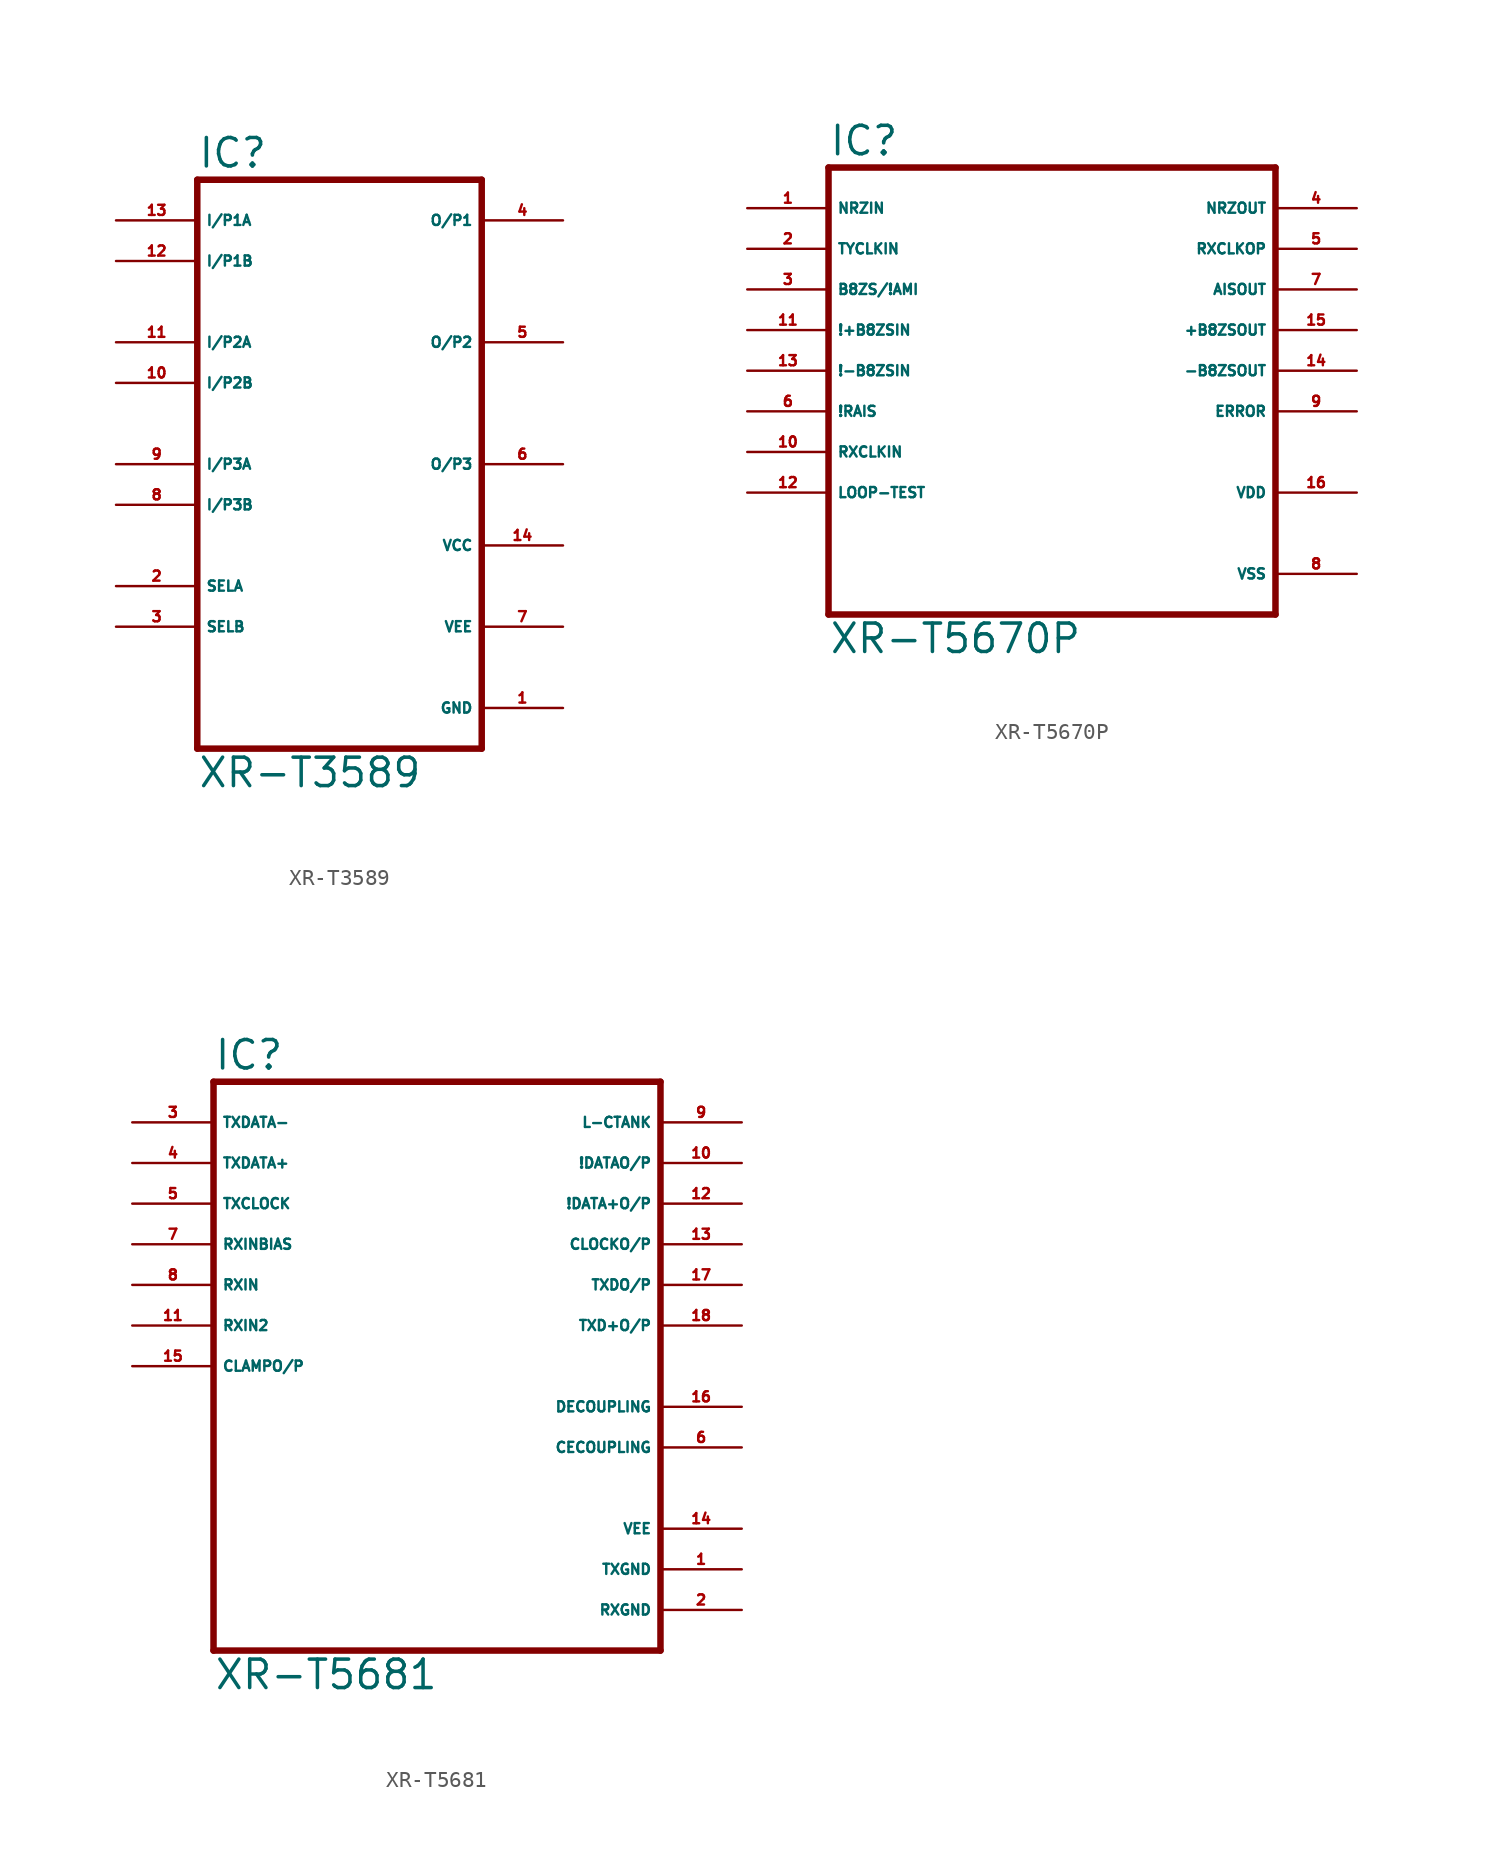
<source format=kicad_sym>
(kicad_symbol_lib
  (version 20220914)
  (generator Eagle2Kicad)
  (symbol "XR-T3589"
    (property "Reference" "IC"
      (at -10.16 18.415 0)
      (effects (font (size 1.778 1.778) (thickness 0.22)) (justify left bottom)))
    (property "Value" "XR-T3589"
      (at -10.16 -20.32 0)
      (effects (font (size 1.778 1.778) (thickness 0.22)) (justify left bottom)))
    (polyline
      (pts (xy 7.62 -17.78) (xy -10.16 -17.78))
      (stroke (width 0.406) (type default))
      (fill (type none)))
    (polyline
      (pts (xy -10.16 -17.78) (xy -10.16 17.78))
      (stroke (width 0.406) (type default))
      (fill (type none)))
    (polyline
      (pts (xy -10.16 17.78) (xy 7.62 17.78))
      (stroke (width 0.406) (type default))
      (fill (type none)))
    (polyline
      (pts (xy 7.62 17.78) (xy 7.62 -17.78))
      (stroke (width 0.406) (type default))
      (fill (type none)))
    (pin input line
      (at -15.24 15.24 0)
      (length 5.08)
      (name "I/P1A" (effects (font (size 0.635 0.635) (thickness 0.08)) (justify left bottom)))
      (number "13" (effects (font (size 0.635 0.635) (thickness 0.08)) (justify left bottom))))
    (pin input line
      (at -15.24 12.7 0)
      (length 5.08)
      (name "I/P1B" (effects (font (size 0.635 0.635) (thickness 0.08)) (justify left bottom)))
      (number "12" (effects (font (size 0.635 0.635) (thickness 0.08)) (justify left bottom))))
    (pin input line
      (at -15.24 7.62 0)
      (length 5.08)
      (name "I/P2A" (effects (font (size 0.635 0.635) (thickness 0.08)) (justify left bottom)))
      (number "11" (effects (font (size 0.635 0.635) (thickness 0.08)) (justify left bottom))))
    (pin input line
      (at -15.24 5.08 0)
      (length 5.08)
      (name "I/P2B" (effects (font (size 0.635 0.635) (thickness 0.08)) (justify left bottom)))
      (number "10" (effects (font (size 0.635 0.635) (thickness 0.08)) (justify left bottom))))
    (pin input line
      (at -15.24 0 0)
      (length 5.08)
      (name "I/P3A" (effects (font (size 0.635 0.635) (thickness 0.08)) (justify left bottom)))
      (number "9" (effects (font (size 0.635 0.635) (thickness 0.08)) (justify left bottom))))
    (pin input line
      (at -15.24 -2.54 0)
      (length 5.08)
      (name "I/P3B" (effects (font (size 0.635 0.635) (thickness 0.08)) (justify left bottom)))
      (number "8" (effects (font (size 0.635 0.635) (thickness 0.08)) (justify left bottom))))
    (pin input line
      (at -15.24 -7.62 0)
      (length 5.08)
      (name "SELA" (effects (font (size 0.635 0.635) (thickness 0.08)) (justify left bottom)))
      (number "2" (effects (font (size 0.635 0.635) (thickness 0.08)) (justify left bottom))))
    (pin input line
      (at -15.24 -10.16 0)
      (length 5.08)
      (name "SELB" (effects (font (size 0.635 0.635) (thickness 0.08)) (justify left bottom)))
      (number "3" (effects (font (size 0.635 0.635) (thickness 0.08)) (justify left bottom))))
    (pin output line
      (at 12.7 15.24 180)
      (length 5.08)
      (name "O/P1" (effects (font (size 0.635 0.635) (thickness 0.08)) (justify left bottom)))
      (number "4" (effects (font (size 0.635 0.635) (thickness 0.08)) (justify left bottom))))
    (pin output line
      (at 12.7 7.62 180)
      (length 5.08)
      (name "O/P2" (effects (font (size 0.635 0.635) (thickness 0.08)) (justify left bottom)))
      (number "5" (effects (font (size 0.635 0.635) (thickness 0.08)) (justify left bottom))))
    (pin output line
      (at 12.7 0 180)
      (length 5.08)
      (name "O/P3" (effects (font (size 0.635 0.635) (thickness 0.08)) (justify left bottom)))
      (number "6" (effects (font (size 0.635 0.635) (thickness 0.08)) (justify left bottom))))
    (pin unspecified line
      (at 12.7 -5.08 180)
      (length 5.08)
      (name "VCC" (effects (font (size 0.635 0.635) (thickness 0.08)) (justify left bottom)))
      (number "14" (effects (font (size 0.635 0.635) (thickness 0.08)) (justify left bottom))))
    (pin unspecified line
      (at 12.7 -10.16 180)
      (length 5.08)
      (name "VEE" (effects (font (size 0.635 0.635) (thickness 0.08)) (justify left bottom)))
      (number "7" (effects (font (size 0.635 0.635) (thickness 0.08)) (justify left bottom))))
    (pin unspecified line
      (at 12.7 -15.24 180)
      (length 5.08)
      (name "GND" (effects (font (size 0.635 0.635) (thickness 0.08)) (justify left bottom)))
      (number "1" (effects (font (size 0.635 0.635) (thickness 0.08)) (justify left bottom)))))
  (symbol "XR-T5670P"
    (property "Reference" "IC"
      (at -12.7 15.875 0)
      (effects (font (size 1.778 1.778) (thickness 0.22)) (justify left bottom)))
    (property "Value" "XR-T5670P"
      (at -12.7 -15.24 0)
      (effects (font (size 1.778 1.778) (thickness 0.22)) (justify left bottom)))
    (polyline
      (pts (xy 15.24 -12.7) (xy -12.7 -12.7))
      (stroke (width 0.406) (type default))
      (fill (type none)))
    (polyline
      (pts (xy -12.7 -12.7) (xy -12.7 15.24))
      (stroke (width 0.406) (type default))
      (fill (type none)))
    (polyline
      (pts (xy -12.7 15.24) (xy 15.24 15.24))
      (stroke (width 0.406) (type default))
      (fill (type none)))
    (polyline
      (pts (xy 15.24 15.24) (xy 15.24 -12.7))
      (stroke (width 0.406) (type default))
      (fill (type none)))
    (pin input line
      (at -17.78 12.7 0)
      (length 5.08)
      (name "NRZIN" (effects (font (size 0.635 0.635) (thickness 0.08)) (justify left bottom)))
      (number "1" (effects (font (size 0.635 0.635) (thickness 0.08)) (justify left bottom))))
    (pin input line
      (at -17.78 10.16 0)
      (length 5.08)
      (name "TYCLKIN" (effects (font (size 0.635 0.635) (thickness 0.08)) (justify left bottom)))
      (number "2" (effects (font (size 0.635 0.635) (thickness 0.08)) (justify left bottom))))
    (pin input line
      (at -17.78 7.62 0)
      (length 5.08)
      (name "B8ZS/!AMI" (effects (font (size 0.635 0.635) (thickness 0.08)) (justify left bottom)))
      (number "3" (effects (font (size 0.635 0.635) (thickness 0.08)) (justify left bottom))))
    (pin input line
      (at -17.78 5.08 0)
      (length 5.08)
      (name "!+B8ZSIN" (effects (font (size 0.635 0.635) (thickness 0.08)) (justify left bottom)))
      (number "11" (effects (font (size 0.635 0.635) (thickness 0.08)) (justify left bottom))))
    (pin input line
      (at -17.78 -5.08 0)
      (length 5.08)
      (name "LOOP-TEST" (effects (font (size 0.635 0.635) (thickness 0.08)) (justify left bottom)))
      (number "12" (effects (font (size 0.635 0.635) (thickness 0.08)) (justify left bottom))))
    (pin input line
      (at -17.78 2.54 0)
      (length 5.08)
      (name "!-B8ZSIN" (effects (font (size 0.635 0.635) (thickness 0.08)) (justify left bottom)))
      (number "13" (effects (font (size 0.635 0.635) (thickness 0.08)) (justify left bottom))))
    (pin input line
      (at -17.78 0 0)
      (length 5.08)
      (name "!RAIS" (effects (font (size 0.635 0.635) (thickness 0.08)) (justify left bottom)))
      (number "6" (effects (font (size 0.635 0.635) (thickness 0.08)) (justify left bottom))))
    (pin input line
      (at -17.78 -2.54 0)
      (length 5.08)
      (name "RXCLKIN" (effects (font (size 0.635 0.635) (thickness 0.08)) (justify left bottom)))
      (number "10" (effects (font (size 0.635 0.635) (thickness 0.08)) (justify left bottom))))
    (pin output line
      (at 20.32 12.7 180)
      (length 5.08)
      (name "NRZOUT" (effects (font (size 0.635 0.635) (thickness 0.08)) (justify left bottom)))
      (number "4" (effects (font (size 0.635 0.635) (thickness 0.08)) (justify left bottom))))
    (pin output line
      (at 20.32 10.16 180)
      (length 5.08)
      (name "RXCLKOP" (effects (font (size 0.635 0.635) (thickness 0.08)) (justify left bottom)))
      (number "5" (effects (font (size 0.635 0.635) (thickness 0.08)) (justify left bottom))))
    (pin output line
      (at 20.32 7.62 180)
      (length 5.08)
      (name "AISOUT" (effects (font (size 0.635 0.635) (thickness 0.08)) (justify left bottom)))
      (number "7" (effects (font (size 0.635 0.635) (thickness 0.08)) (justify left bottom))))
    (pin output line
      (at 20.32 0 180)
      (length 5.08)
      (name "ERROR" (effects (font (size 0.635 0.635) (thickness 0.08)) (justify left bottom)))
      (number "9" (effects (font (size 0.635 0.635) (thickness 0.08)) (justify left bottom))))
    (pin output line
      (at 20.32 2.54 180)
      (length 5.08)
      (name "-B8ZSOUT" (effects (font (size 0.635 0.635) (thickness 0.08)) (justify left bottom)))
      (number "14" (effects (font (size 0.635 0.635) (thickness 0.08)) (justify left bottom))))
    (pin output line
      (at 20.32 5.08 180)
      (length 5.08)
      (name "+B8ZSOUT" (effects (font (size 0.635 0.635) (thickness 0.08)) (justify left bottom)))
      (number "15" (effects (font (size 0.635 0.635) (thickness 0.08)) (justify left bottom))))
    (pin unspecified line
      (at 20.32 -5.08 180)
      (length 5.08)
      (name "VDD" (effects (font (size 0.635 0.635) (thickness 0.08)) (justify left bottom)))
      (number "16" (effects (font (size 0.635 0.635) (thickness 0.08)) (justify left bottom))))
    (pin unspecified line
      (at 20.32 -10.16 180)
      (length 5.08)
      (name "VSS" (effects (font (size 0.635 0.635) (thickness 0.08)) (justify left bottom)))
      (number "8" (effects (font (size 0.635 0.635) (thickness 0.08)) (justify left bottom)))))
  (symbol "XR-T5681"
    (property "Reference" "IC"
      (at -15.24 15.875 0)
      (effects (font (size 1.778 1.778) (thickness 0.22)) (justify left bottom)))
    (property "Value" "XR-T5681"
      (at -15.24 -22.86 0)
      (effects (font (size 1.778 1.778) (thickness 0.22)) (justify left bottom)))
    (polyline
      (pts (xy -15.24 15.24) (xy 12.7 15.24))
      (stroke (width 0.406) (type default))
      (fill (type none)))
    (polyline
      (pts (xy 12.7 15.24) (xy 12.7 -20.32))
      (stroke (width 0.406) (type default))
      (fill (type none)))
    (polyline
      (pts (xy 12.7 -20.32) (xy -15.24 -20.32))
      (stroke (width 0.406) (type default))
      (fill (type none)))
    (polyline
      (pts (xy -15.24 -20.32) (xy -15.24 15.24))
      (stroke (width 0.406) (type default))
      (fill (type none)))
    (pin input line
      (at -20.32 12.7 0)
      (length 5.08)
      (name "TXDATA-" (effects (font (size 0.635 0.635) (thickness 0.08)) (justify left bottom)))
      (number "3" (effects (font (size 0.635 0.635) (thickness 0.08)) (justify left bottom))))
    (pin input line
      (at -20.32 10.16 0)
      (length 5.08)
      (name "TXDATA+" (effects (font (size 0.635 0.635) (thickness 0.08)) (justify left bottom)))
      (number "4" (effects (font (size 0.635 0.635) (thickness 0.08)) (justify left bottom))))
    (pin input line
      (at -20.32 7.62 0)
      (length 5.08)
      (name "TXCLOCK" (effects (font (size 0.635 0.635) (thickness 0.08)) (justify left bottom)))
      (number "5" (effects (font (size 0.635 0.635) (thickness 0.08)) (justify left bottom))))
    (pin input line
      (at -20.32 5.08 0)
      (length 5.08)
      (name "RXINBIAS" (effects (font (size 0.635 0.635) (thickness 0.08)) (justify left bottom)))
      (number "7" (effects (font (size 0.635 0.635) (thickness 0.08)) (justify left bottom))))
    (pin input line
      (at -20.32 2.54 0)
      (length 5.08)
      (name "RXIN" (effects (font (size 0.635 0.635) (thickness 0.08)) (justify left bottom)))
      (number "8" (effects (font (size 0.635 0.635) (thickness 0.08)) (justify left bottom))))
    (pin input line
      (at -20.32 0 0)
      (length 5.08)
      (name "RXIN2" (effects (font (size 0.635 0.635) (thickness 0.08)) (justify left bottom)))
      (number "11" (effects (font (size 0.635 0.635) (thickness 0.08)) (justify left bottom))))
    (pin input line
      (at -20.32 -2.54 0)
      (length 5.08)
      (name "CLAMPO/P" (effects (font (size 0.635 0.635) (thickness 0.08)) (justify left bottom)))
      (number "15" (effects (font (size 0.635 0.635) (thickness 0.08)) (justify left bottom))))
    (pin output line
      (at 17.78 12.7 180)
      (length 5.08)
      (name "L-CTANK" (effects (font (size 0.635 0.635) (thickness 0.08)) (justify left bottom)))
      (number "9" (effects (font (size 0.635 0.635) (thickness 0.08)) (justify left bottom))))
    (pin output line
      (at 17.78 10.16 180)
      (length 5.08)
      (name "!DATAO/P" (effects (font (size 0.635 0.635) (thickness 0.08)) (justify left bottom)))
      (number "10" (effects (font (size 0.635 0.635) (thickness 0.08)) (justify left bottom))))
    (pin output line
      (at 17.78 7.62 180)
      (length 5.08)
      (name "!DATA+O/P" (effects (font (size 0.635 0.635) (thickness 0.08)) (justify left bottom)))
      (number "12" (effects (font (size 0.635 0.635) (thickness 0.08)) (justify left bottom))))
    (pin output line
      (at 17.78 5.08 180)
      (length 5.08)
      (name "CLOCKO/P" (effects (font (size 0.635 0.635) (thickness 0.08)) (justify left bottom)))
      (number "13" (effects (font (size 0.635 0.635) (thickness 0.08)) (justify left bottom))))
    (pin output line
      (at 17.78 2.54 180)
      (length 5.08)
      (name "TXDO/P" (effects (font (size 0.635 0.635) (thickness 0.08)) (justify left bottom)))
      (number "17" (effects (font (size 0.635 0.635) (thickness 0.08)) (justify left bottom))))
    (pin output line
      (at 17.78 0 180)
      (length 5.08)
      (name "TXD+O/P" (effects (font (size 0.635 0.635) (thickness 0.08)) (justify left bottom)))
      (number "18" (effects (font (size 0.635 0.635) (thickness 0.08)) (justify left bottom))))
    (pin output line
      (at 17.78 -7.62 180)
      (length 5.08)
      (name "CECOUPLING" (effects (font (size 0.635 0.635) (thickness 0.08)) (justify left bottom)))
      (number "6" (effects (font (size 0.635 0.635) (thickness 0.08)) (justify left bottom))))
    (pin output line
      (at 17.78 -5.08 180)
      (length 5.08)
      (name "DECOUPLING" (effects (font (size 0.635 0.635) (thickness 0.08)) (justify left bottom)))
      (number "16" (effects (font (size 0.635 0.635) (thickness 0.08)) (justify left bottom))))
    (pin unspecified line
      (at 17.78 -12.7 180)
      (length 5.08)
      (name "VEE" (effects (font (size 0.635 0.635) (thickness 0.08)) (justify left bottom)))
      (number "14" (effects (font (size 0.635 0.635) (thickness 0.08)) (justify left bottom))))
    (pin unspecified line
      (at 17.78 -15.24 180)
      (length 5.08)
      (name "TXGND" (effects (font (size 0.635 0.635) (thickness 0.08)) (justify left bottom)))
      (number "1" (effects (font (size 0.635 0.635) (thickness 0.08)) (justify left bottom))))
    (pin unspecified line
      (at 17.78 -17.78 180)
      (length 5.08)
      (name "RXGND" (effects (font (size 0.635 0.635) (thickness 0.08)) (justify left bottom)))
      (number "2" (effects (font (size 0.635 0.635) (thickness 0.08)) (justify left bottom))))))
</source>
